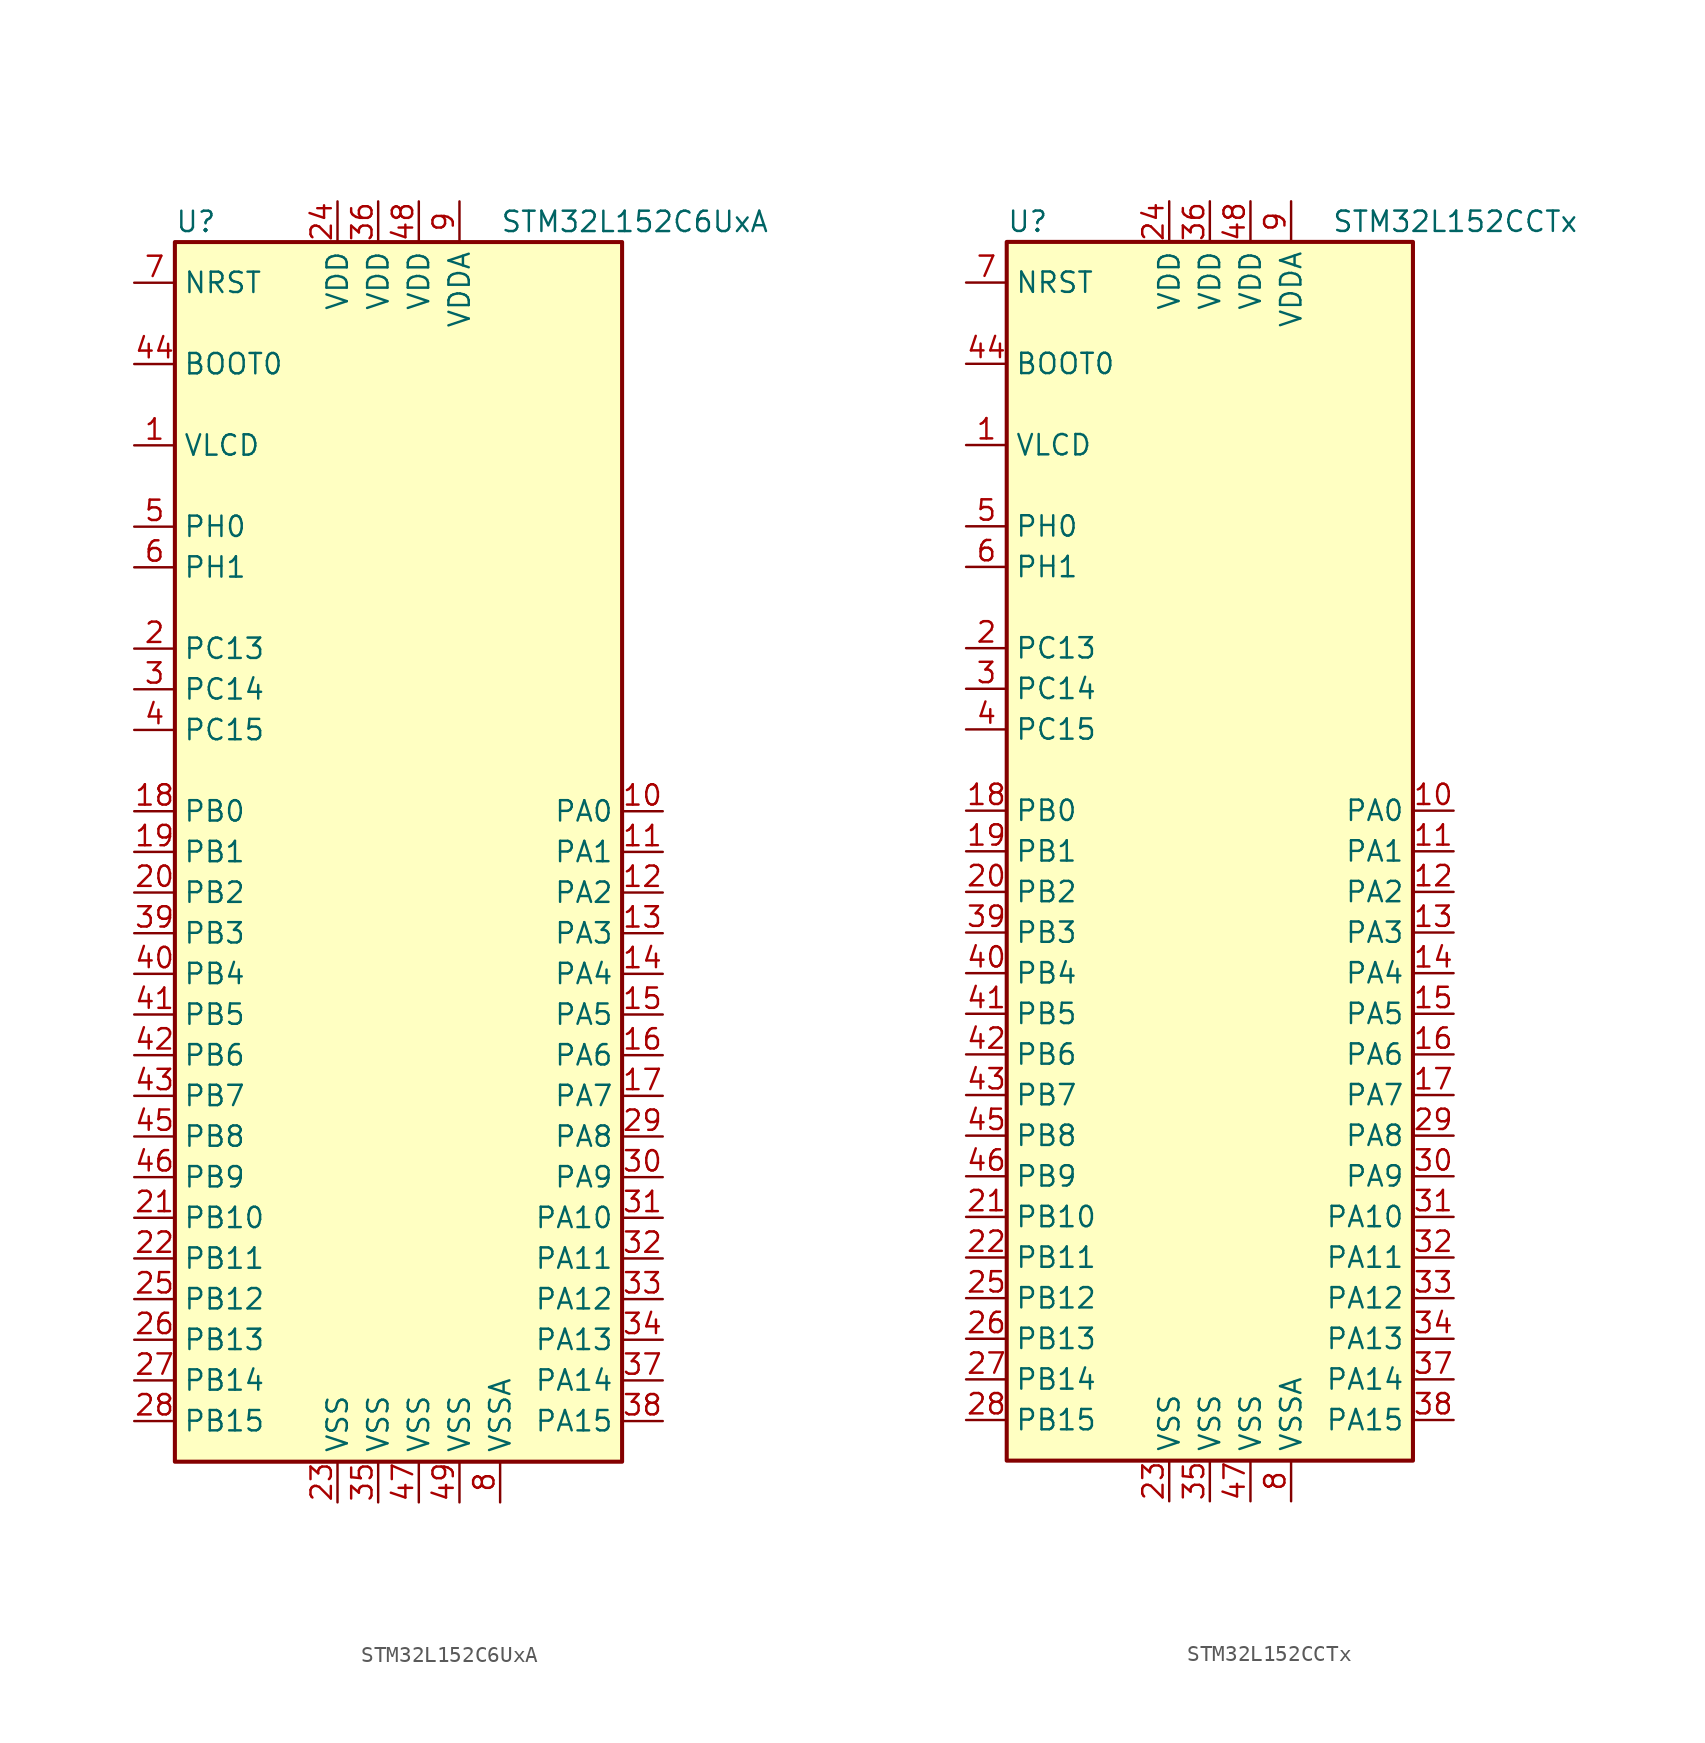
<source format=kicad_sym>
(kicad_symbol_lib
  (version 20201005)
  (generator kicad_symbol_editor)
  (symbol "STM32L152C6UxA"
    (property "Reference" "U"
      (at -15.24 39.37 0)
      (effects (font (size 1.27 1.27)) (justify left)))
    (property "Value" "STM32L152C6UxA"
      (at 5.08 39.37 0)
      (effects (font (size 1.27 1.27)) (justify left)))
    (symbol "STM32L152C6UxA_0_1"
      (rectangle (start -15.24 -38.1) (end 12.7 38.1) (stroke (width 0.254)) (fill (type background))))
    (symbol "STM32L152C6UxA_1_1"
      (pin power_in line (at -17.78 25.4 0) (length 2.54) (name "VLCD" (effects (font (size 1.27 1.27)))) (number "1" (effects (font (size 1.27 1.27)))))
      (pin bidirectional line (at 15.24 2.54 180) (length 2.54) (name "PA0" (effects (font (size 1.27 1.27)))) (number "10" (effects (font (size 1.27 1.27)))))
      (pin bidirectional line (at 15.24 0 180) (length 2.54) (name "PA1" (effects (font (size 1.27 1.27)))) (number "11" (effects (font (size 1.27 1.27)))))
      (pin bidirectional line (at 15.24 -2.54 180) (length 2.54) (name "PA2" (effects (font (size 1.27 1.27)))) (number "12" (effects (font (size 1.27 1.27)))))
      (pin bidirectional line (at 15.24 -5.08 180) (length 2.54) (name "PA3" (effects (font (size 1.27 1.27)))) (number "13" (effects (font (size 1.27 1.27)))))
      (pin bidirectional line (at 15.24 -7.62 180) (length 2.54) (name "PA4" (effects (font (size 1.27 1.27)))) (number "14" (effects (font (size 1.27 1.27)))))
      (pin bidirectional line (at 15.24 -10.16 180) (length 2.54) (name "PA5" (effects (font (size 1.27 1.27)))) (number "15" (effects (font (size 1.27 1.27)))))
      (pin bidirectional line (at 15.24 -12.7 180) (length 2.54) (name "PA6" (effects (font (size 1.27 1.27)))) (number "16" (effects (font (size 1.27 1.27)))))
      (pin bidirectional line (at 15.24 -15.24 180) (length 2.54) (name "PA7" (effects (font (size 1.27 1.27)))) (number "17" (effects (font (size 1.27 1.27)))))
      (pin bidirectional line (at -17.78 2.54 0) (length 2.54) (name "PB0" (effects (font (size 1.27 1.27)))) (number "18" (effects (font (size 1.27 1.27)))))
      (pin bidirectional line (at -17.78 0 0) (length 2.54) (name "PB1" (effects (font (size 1.27 1.27)))) (number "19" (effects (font (size 1.27 1.27)))))
      (pin bidirectional line (at -17.78 12.7 0) (length 2.54) (name "PC13" (effects (font (size 1.27 1.27)))) (number "2" (effects (font (size 1.27 1.27)))))
      (pin bidirectional line (at -17.78 -2.54 0) (length 2.54) (name "PB2" (effects (font (size 1.27 1.27)))) (number "20" (effects (font (size 1.27 1.27)))))
      (pin bidirectional line (at -17.78 -22.86 0) (length 2.54) (name "PB10" (effects (font (size 1.27 1.27)))) (number "21" (effects (font (size 1.27 1.27)))))
      (pin bidirectional line (at -17.78 -25.4 0) (length 2.54) (name "PB11" (effects (font (size 1.27 1.27)))) (number "22" (effects (font (size 1.27 1.27)))))
      (pin power_in line (at -5.08 -40.64 90) (length 2.54) (name "VSS" (effects (font (size 1.27 1.27)))) (number "23" (effects (font (size 1.27 1.27)))))
      (pin power_in line (at -5.08 40.64 270) (length 2.54) (name "VDD" (effects (font (size 1.27 1.27)))) (number "24" (effects (font (size 1.27 1.27)))))
      (pin bidirectional line (at -17.78 -27.94 0) (length 2.54) (name "PB12" (effects (font (size 1.27 1.27)))) (number "25" (effects (font (size 1.27 1.27)))))
      (pin bidirectional line (at -17.78 -30.48 0) (length 2.54) (name "PB13" (effects (font (size 1.27 1.27)))) (number "26" (effects (font (size 1.27 1.27)))))
      (pin bidirectional line (at -17.78 -33.02 0) (length 2.54) (name "PB14" (effects (font (size 1.27 1.27)))) (number "27" (effects (font (size 1.27 1.27)))))
      (pin bidirectional line (at -17.78 -35.56 0) (length 2.54) (name "PB15" (effects (font (size 1.27 1.27)))) (number "28" (effects (font (size 1.27 1.27)))))
      (pin bidirectional line (at 15.24 -17.78 180) (length 2.54) (name "PA8" (effects (font (size 1.27 1.27)))) (number "29" (effects (font (size 1.27 1.27)))))
      (pin bidirectional line (at -17.78 10.16 0) (length 2.54) (name "PC14" (effects (font (size 1.27 1.27)))) (number "3" (effects (font (size 1.27 1.27)))))
      (pin bidirectional line (at 15.24 -20.32 180) (length 2.54) (name "PA9" (effects (font (size 1.27 1.27)))) (number "30" (effects (font (size 1.27 1.27)))))
      (pin bidirectional line (at 15.24 -22.86 180) (length 2.54) (name "PA10" (effects (font (size 1.27 1.27)))) (number "31" (effects (font (size 1.27 1.27)))))
      (pin bidirectional line (at 15.24 -25.4 180) (length 2.54) (name "PA11" (effects (font (size 1.27 1.27)))) (number "32" (effects (font (size 1.27 1.27)))))
      (pin bidirectional line (at 15.24 -27.94 180) (length 2.54) (name "PA12" (effects (font (size 1.27 1.27)))) (number "33" (effects (font (size 1.27 1.27)))))
      (pin bidirectional line (at 15.24 -30.48 180) (length 2.54) (name "PA13" (effects (font (size 1.27 1.27)))) (number "34" (effects (font (size 1.27 1.27)))))
      (pin power_in line (at -2.54 -40.64 90) (length 2.54) (name "VSS" (effects (font (size 1.27 1.27)))) (number "35" (effects (font (size 1.27 1.27)))))
      (pin power_in line (at -2.54 40.64 270) (length 2.54) (name "VDD" (effects (font (size 1.27 1.27)))) (number "36" (effects (font (size 1.27 1.27)))))
      (pin bidirectional line (at 15.24 -33.02 180) (length 2.54) (name "PA14" (effects (font (size 1.27 1.27)))) (number "37" (effects (font (size 1.27 1.27)))))
      (pin bidirectional line (at 15.24 -35.56 180) (length 2.54) (name "PA15" (effects (font (size 1.27 1.27)))) (number "38" (effects (font (size 1.27 1.27)))))
      (pin bidirectional line (at -17.78 -5.08 0) (length 2.54) (name "PB3" (effects (font (size 1.27 1.27)))) (number "39" (effects (font (size 1.27 1.27)))))
      (pin bidirectional line (at -17.78 7.62 0) (length 2.54) (name "PC15" (effects (font (size 1.27 1.27)))) (number "4" (effects (font (size 1.27 1.27)))))
      (pin bidirectional line (at -17.78 -7.62 0) (length 2.54) (name "PB4" (effects (font (size 1.27 1.27)))) (number "40" (effects (font (size 1.27 1.27)))))
      (pin bidirectional line (at -17.78 -10.16 0) (length 2.54) (name "PB5" (effects (font (size 1.27 1.27)))) (number "41" (effects (font (size 1.27 1.27)))))
      (pin bidirectional line (at -17.78 -12.7 0) (length 2.54) (name "PB6" (effects (font (size 1.27 1.27)))) (number "42" (effects (font (size 1.27 1.27)))))
      (pin bidirectional line (at -17.78 -15.24 0) (length 2.54) (name "PB7" (effects (font (size 1.27 1.27)))) (number "43" (effects (font (size 1.27 1.27)))))
      (pin input line (at -17.78 30.48 0) (length 2.54) (name "BOOT0" (effects (font (size 1.27 1.27)))) (number "44" (effects (font (size 1.27 1.27)))))
      (pin bidirectional line (at -17.78 -17.78 0) (length 2.54) (name "PB8" (effects (font (size 1.27 1.27)))) (number "45" (effects (font (size 1.27 1.27)))))
      (pin bidirectional line (at -17.78 -20.32 0) (length 2.54) (name "PB9" (effects (font (size 1.27 1.27)))) (number "46" (effects (font (size 1.27 1.27)))))
      (pin power_in line (at 0 -40.64 90) (length 2.54) (name "VSS" (effects (font (size 1.27 1.27)))) (number "47" (effects (font (size 1.27 1.27)))))
      (pin power_in line (at 0 40.64 270) (length 2.54) (name "VDD" (effects (font (size 1.27 1.27)))) (number "48" (effects (font (size 1.27 1.27)))))
      (pin power_in line (at 2.54 -40.64 90) (length 2.54) (name "VSS" (effects (font (size 1.27 1.27)))) (number "49" (effects (font (size 1.27 1.27)))))
      (pin input line (at -17.78 20.32 0) (length 2.54) (name "PH0" (effects (font (size 1.27 1.27)))) (number "5" (effects (font (size 1.27 1.27)))))
      (pin input line (at -17.78 17.78 0) (length 2.54) (name "PH1" (effects (font (size 1.27 1.27)))) (number "6" (effects (font (size 1.27 1.27)))))
      (pin input line (at -17.78 35.56 0) (length 2.54) (name "NRST" (effects (font (size 1.27 1.27)))) (number "7" (effects (font (size 1.27 1.27)))))
      (pin power_in line (at 5.08 -40.64 90) (length 2.54) (name "VSSA" (effects (font (size 1.27 1.27)))) (number "8" (effects (font (size 1.27 1.27)))))
      (pin power_in line (at 2.54 40.64 270) (length 2.54) (name "VDDA" (effects (font (size 1.27 1.27)))) (number "9" (effects (font (size 1.27 1.27)))))))
  (symbol "STM32L152CCTx"
    (property "Reference" "U"
      (at -12.7 39.37 0)
      (effects (font (size 1.27 1.27)) (justify left)))
    (property "Value" "STM32L152CCTx"
      (at 7.62 39.37 0)
      (effects (font (size 1.27 1.27)) (justify left)))
    (symbol "STM32L152CCTx_0_1"
      (rectangle (start -12.7 -38.1) (end 12.7 38.1) (stroke (width 0.254)) (fill (type background))))
    (symbol "STM32L152CCTx_1_1"
      (pin power_in line (at -15.24 25.4 0) (length 2.54) (name "VLCD" (effects (font (size 1.27 1.27)))) (number "1" (effects (font (size 1.27 1.27)))))
      (pin bidirectional line (at 15.24 2.54 180) (length 2.54) (name "PA0" (effects (font (size 1.27 1.27)))) (number "10" (effects (font (size 1.27 1.27)))))
      (pin bidirectional line (at 15.24 0 180) (length 2.54) (name "PA1" (effects (font (size 1.27 1.27)))) (number "11" (effects (font (size 1.27 1.27)))))
      (pin bidirectional line (at 15.24 -2.54 180) (length 2.54) (name "PA2" (effects (font (size 1.27 1.27)))) (number "12" (effects (font (size 1.27 1.27)))))
      (pin bidirectional line (at 15.24 -5.08 180) (length 2.54) (name "PA3" (effects (font (size 1.27 1.27)))) (number "13" (effects (font (size 1.27 1.27)))))
      (pin bidirectional line (at 15.24 -7.62 180) (length 2.54) (name "PA4" (effects (font (size 1.27 1.27)))) (number "14" (effects (font (size 1.27 1.27)))))
      (pin bidirectional line (at 15.24 -10.16 180) (length 2.54) (name "PA5" (effects (font (size 1.27 1.27)))) (number "15" (effects (font (size 1.27 1.27)))))
      (pin bidirectional line (at 15.24 -12.7 180) (length 2.54) (name "PA6" (effects (font (size 1.27 1.27)))) (number "16" (effects (font (size 1.27 1.27)))))
      (pin bidirectional line (at 15.24 -15.24 180) (length 2.54) (name "PA7" (effects (font (size 1.27 1.27)))) (number "17" (effects (font (size 1.27 1.27)))))
      (pin bidirectional line (at -15.24 2.54 0) (length 2.54) (name "PB0" (effects (font (size 1.27 1.27)))) (number "18" (effects (font (size 1.27 1.27)))))
      (pin bidirectional line (at -15.24 0 0) (length 2.54) (name "PB1" (effects (font (size 1.27 1.27)))) (number "19" (effects (font (size 1.27 1.27)))))
      (pin bidirectional line (at -15.24 12.7 0) (length 2.54) (name "PC13" (effects (font (size 1.27 1.27)))) (number "2" (effects (font (size 1.27 1.27)))))
      (pin bidirectional line (at -15.24 -2.54 0) (length 2.54) (name "PB2" (effects (font (size 1.27 1.27)))) (number "20" (effects (font (size 1.27 1.27)))))
      (pin bidirectional line (at -15.24 -22.86 0) (length 2.54) (name "PB10" (effects (font (size 1.27 1.27)))) (number "21" (effects (font (size 1.27 1.27)))))
      (pin bidirectional line (at -15.24 -25.4 0) (length 2.54) (name "PB11" (effects (font (size 1.27 1.27)))) (number "22" (effects (font (size 1.27 1.27)))))
      (pin power_in line (at -2.54 -40.64 90) (length 2.54) (name "VSS" (effects (font (size 1.27 1.27)))) (number "23" (effects (font (size 1.27 1.27)))))
      (pin power_in line (at -2.54 40.64 270) (length 2.54) (name "VDD" (effects (font (size 1.27 1.27)))) (number "24" (effects (font (size 1.27 1.27)))))
      (pin bidirectional line (at -15.24 -27.94 0) (length 2.54) (name "PB12" (effects (font (size 1.27 1.27)))) (number "25" (effects (font (size 1.27 1.27)))))
      (pin bidirectional line (at -15.24 -30.48 0) (length 2.54) (name "PB13" (effects (font (size 1.27 1.27)))) (number "26" (effects (font (size 1.27 1.27)))))
      (pin bidirectional line (at -15.24 -33.02 0) (length 2.54) (name "PB14" (effects (font (size 1.27 1.27)))) (number "27" (effects (font (size 1.27 1.27)))))
      (pin bidirectional line (at -15.24 -35.56 0) (length 2.54) (name "PB15" (effects (font (size 1.27 1.27)))) (number "28" (effects (font (size 1.27 1.27)))))
      (pin bidirectional line (at 15.24 -17.78 180) (length 2.54) (name "PA8" (effects (font (size 1.27 1.27)))) (number "29" (effects (font (size 1.27 1.27)))))
      (pin bidirectional line (at -15.24 10.16 0) (length 2.54) (name "PC14" (effects (font (size 1.27 1.27)))) (number "3" (effects (font (size 1.27 1.27)))))
      (pin bidirectional line (at 15.24 -20.32 180) (length 2.54) (name "PA9" (effects (font (size 1.27 1.27)))) (number "30" (effects (font (size 1.27 1.27)))))
      (pin bidirectional line (at 15.24 -22.86 180) (length 2.54) (name "PA10" (effects (font (size 1.27 1.27)))) (number "31" (effects (font (size 1.27 1.27)))))
      (pin bidirectional line (at 15.24 -25.4 180) (length 2.54) (name "PA11" (effects (font (size 1.27 1.27)))) (number "32" (effects (font (size 1.27 1.27)))))
      (pin bidirectional line (at 15.24 -27.94 180) (length 2.54) (name "PA12" (effects (font (size 1.27 1.27)))) (number "33" (effects (font (size 1.27 1.27)))))
      (pin bidirectional line (at 15.24 -30.48 180) (length 2.54) (name "PA13" (effects (font (size 1.27 1.27)))) (number "34" (effects (font (size 1.27 1.27)))))
      (pin power_in line (at 0 -40.64 90) (length 2.54) (name "VSS" (effects (font (size 1.27 1.27)))) (number "35" (effects (font (size 1.27 1.27)))))
      (pin power_in line (at 0 40.64 270) (length 2.54) (name "VDD" (effects (font (size 1.27 1.27)))) (number "36" (effects (font (size 1.27 1.27)))))
      (pin bidirectional line (at 15.24 -33.02 180) (length 2.54) (name "PA14" (effects (font (size 1.27 1.27)))) (number "37" (effects (font (size 1.27 1.27)))))
      (pin bidirectional line (at 15.24 -35.56 180) (length 2.54) (name "PA15" (effects (font (size 1.27 1.27)))) (number "38" (effects (font (size 1.27 1.27)))))
      (pin bidirectional line (at -15.24 -5.08 0) (length 2.54) (name "PB3" (effects (font (size 1.27 1.27)))) (number "39" (effects (font (size 1.27 1.27)))))
      (pin bidirectional line (at -15.24 7.62 0) (length 2.54) (name "PC15" (effects (font (size 1.27 1.27)))) (number "4" (effects (font (size 1.27 1.27)))))
      (pin bidirectional line (at -15.24 -7.62 0) (length 2.54) (name "PB4" (effects (font (size 1.27 1.27)))) (number "40" (effects (font (size 1.27 1.27)))))
      (pin bidirectional line (at -15.24 -10.16 0) (length 2.54) (name "PB5" (effects (font (size 1.27 1.27)))) (number "41" (effects (font (size 1.27 1.27)))))
      (pin bidirectional line (at -15.24 -12.7 0) (length 2.54) (name "PB6" (effects (font (size 1.27 1.27)))) (number "42" (effects (font (size 1.27 1.27)))))
      (pin bidirectional line (at -15.24 -15.24 0) (length 2.54) (name "PB7" (effects (font (size 1.27 1.27)))) (number "43" (effects (font (size 1.27 1.27)))))
      (pin input line (at -15.24 30.48 0) (length 2.54) (name "BOOT0" (effects (font (size 1.27 1.27)))) (number "44" (effects (font (size 1.27 1.27)))))
      (pin bidirectional line (at -15.24 -17.78 0) (length 2.54) (name "PB8" (effects (font (size 1.27 1.27)))) (number "45" (effects (font (size 1.27 1.27)))))
      (pin bidirectional line (at -15.24 -20.32 0) (length 2.54) (name "PB9" (effects (font (size 1.27 1.27)))) (number "46" (effects (font (size 1.27 1.27)))))
      (pin power_in line (at 2.54 -40.64 90) (length 2.54) (name "VSS" (effects (font (size 1.27 1.27)))) (number "47" (effects (font (size 1.27 1.27)))))
      (pin power_in line (at 2.54 40.64 270) (length 2.54) (name "VDD" (effects (font (size 1.27 1.27)))) (number "48" (effects (font (size 1.27 1.27)))))
      (pin input line (at -15.24 20.32 0) (length 2.54) (name "PH0" (effects (font (size 1.27 1.27)))) (number "5" (effects (font (size 1.27 1.27)))))
      (pin input line (at -15.24 17.78 0) (length 2.54) (name "PH1" (effects (font (size 1.27 1.27)))) (number "6" (effects (font (size 1.27 1.27)))))
      (pin input line (at -15.24 35.56 0) (length 2.54) (name "NRST" (effects (font (size 1.27 1.27)))) (number "7" (effects (font (size 1.27 1.27)))))
      (pin power_in line (at 5.08 -40.64 90) (length 2.54) (name "VSSA" (effects (font (size 1.27 1.27)))) (number "8" (effects (font (size 1.27 1.27)))))
      (pin power_in line (at 5.08 40.64 270) (length 2.54) (name "VDDA" (effects (font (size 1.27 1.27)))) (number "9" (effects (font (size 1.27 1.27))))))))
</source>
